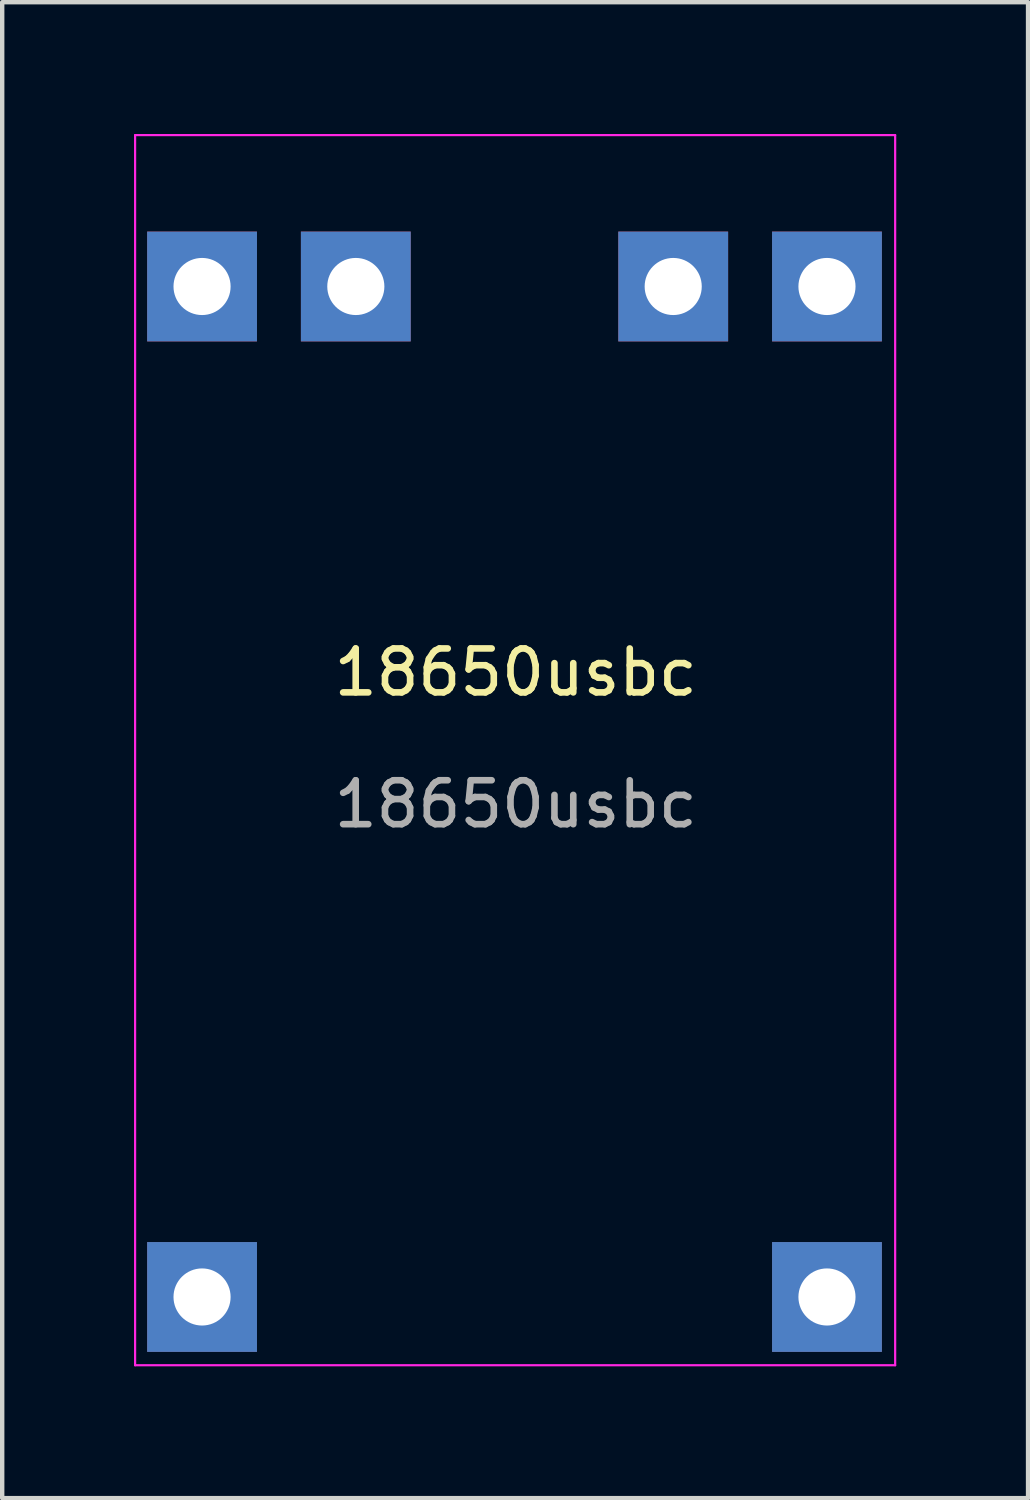
<source format=kicad_pcb>
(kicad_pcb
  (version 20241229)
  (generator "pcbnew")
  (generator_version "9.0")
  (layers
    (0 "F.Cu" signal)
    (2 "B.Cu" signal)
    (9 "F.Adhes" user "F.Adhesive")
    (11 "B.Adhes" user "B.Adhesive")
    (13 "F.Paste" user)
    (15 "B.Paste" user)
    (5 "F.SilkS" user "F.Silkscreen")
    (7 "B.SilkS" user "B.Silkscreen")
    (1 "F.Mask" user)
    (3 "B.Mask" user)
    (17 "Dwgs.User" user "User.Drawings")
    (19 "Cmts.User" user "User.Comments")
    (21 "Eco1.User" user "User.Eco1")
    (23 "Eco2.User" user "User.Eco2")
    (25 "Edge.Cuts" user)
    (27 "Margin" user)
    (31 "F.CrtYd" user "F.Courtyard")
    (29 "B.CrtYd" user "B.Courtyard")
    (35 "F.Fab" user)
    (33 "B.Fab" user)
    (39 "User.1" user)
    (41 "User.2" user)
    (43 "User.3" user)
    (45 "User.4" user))
  (footprint "18650usbc"
    (layer "F.Cu")
    (at 8.689 12.755)
    (property "Reference" "18650usbc" (at 0 -0.5 0) (unlocked yes) (layer "F.SilkS") (effects (font (size 1 1) (thickness 0.15))))
    (attr through_hole)
    (fp_line (start -8.664 -12.73) (end 8.636 -12.73) (stroke (width 0.05) (type solid)) (layer "F.CrtYd"))
    (fp_line (start -8.664 15.27) (end -8.664 -12.73) (stroke (width 0.05) (type solid)) (layer "F.CrtYd"))
    (fp_line (start 8.636 -12.73) (end 8.636 15.27) (stroke (width 0.05) (type solid)) (layer "F.CrtYd"))
    (fp_line (start 8.636 15.27) (end -8.664 15.27) (stroke (width 0.05) (type solid)) (layer "F.CrtYd"))
    (fp_text user "${REFERENCE}" (at 0 2.5 0) (unlocked yes) (layer "F.Fab") (effects (font (size 1 1) (thickness 0.15))))
    (pad "1" thru_hole rect (at -7.14 -9.284) (size 2.5 2.5) (drill 1.3) (layers "*.Cu" "*.Mask"))
    (pad "2" thru_hole rect (at -3.64 -9.284) (size 2.5 2.5) (drill 1.3) (layers "*.Cu" "*.Mask"))
    (pad "3" thru_hole rect (at 7.084 -9.284) (size 2.5 2.5) (drill 1.3) (layers "*.Cu" "*.Mask"))
    (pad "4" thru_hole rect (at 3.584 -9.284) (size 2.5 2.5) (drill 1.3) (layers "*.Cu" "*.Mask"))
    (pad "5" thru_hole rect (at 7.084 13.716) (size 2.5 2.5) (drill 1.3) (layers "*.Cu" "*.Mask"))
    (pad "6" thru_hole rect (at -7.14 13.716) (size 2.5 2.5) (drill 1.3) (layers "*.Cu" "*.Mask")))
  (gr_rect
    (start -3 -3)
    (end 20.35 31.05)
    (stroke (width 0.1) (type default))
    (fill no)
    (layer "Edge.Cuts")))
</source>
